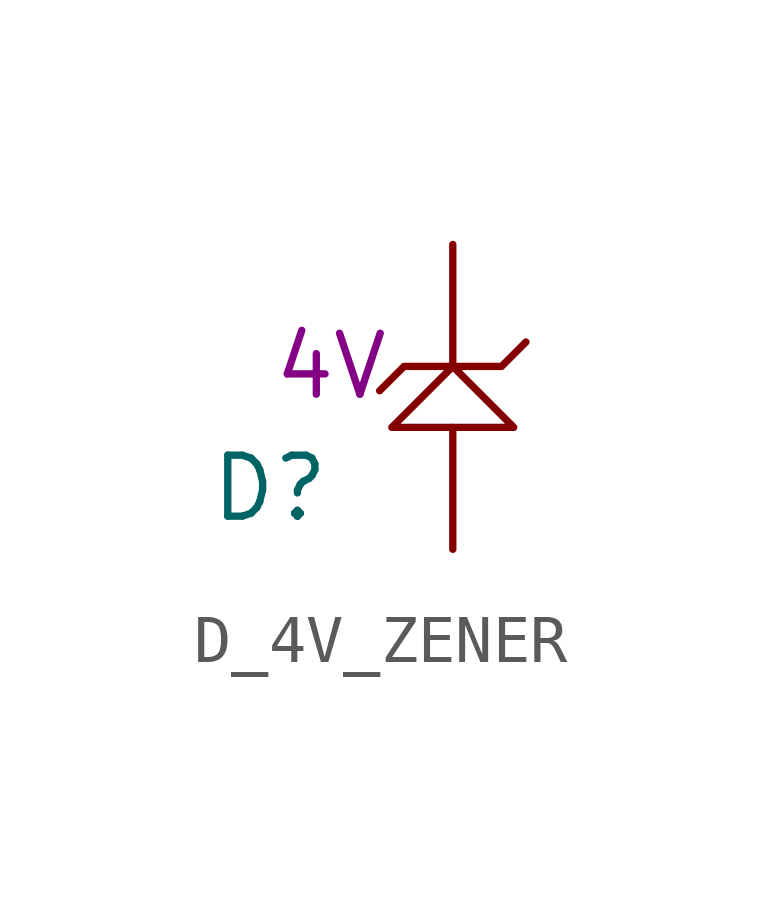
<source format=kicad_sym>
(kicad_symbol_lib
  (version 20220914)
  (generator kicad_symbol_editor)
  (symbol "D_4V_ZENER"
    (pin_numbers hide)
    (pin_names
      (offset 0) hide)
    (property "Reference" "D"
      (at -3.81 -2.54 0)
      (effects (font (size 1.27 1.27))))
    (property "Waarde " "4V"
      (at -2.54 0 0)
      (effects (font (size 1.27 1.27))))
    (symbol "D_4V_ZENER_1_1"
      (polyline (pts (xy 0 0) (xy -1.016 0) (xy -1.524 -0.508)) (stroke (width 0) (type solid)) (fill (type none)))
      (polyline (pts (xy 0 0) (xy 1.016 0) (xy 1.524 0.508)) (stroke (width 0) (type solid)) (fill (type none)))
      (polyline (pts (xy 0 0) (xy -1.27 -1.27) (xy 1.27 -1.27) (xy 0 0)) (stroke (width 0) (type solid)) (fill (type none)))
      (pin input line (at 0 2.54 270) (length 2.54) (name "1" (effects (font (size 1.27 1.27)))) (number "1" (effects (font (size 1.27 1.27)))))
      (pin input line (at 0 -3.81 90) (length 2.54) (name "2" (effects (font (size 1.27 1.27)))) (number "2" (effects (font (size 1.27 1.27))))))))
</source>
